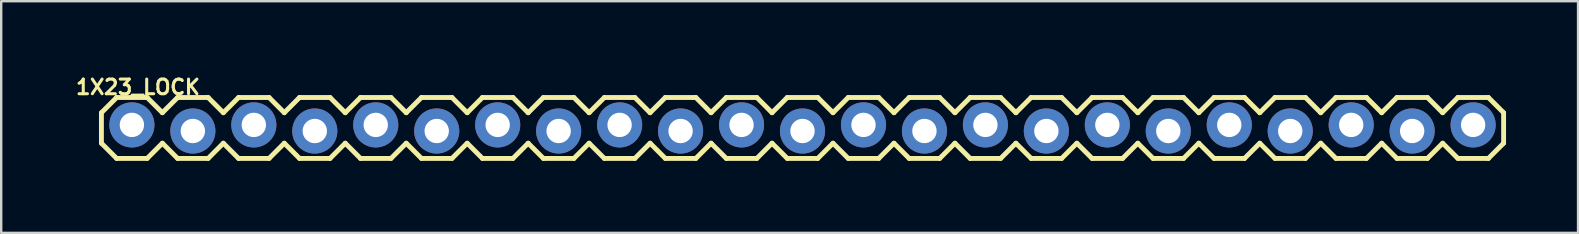
<source format=kicad_pcb>
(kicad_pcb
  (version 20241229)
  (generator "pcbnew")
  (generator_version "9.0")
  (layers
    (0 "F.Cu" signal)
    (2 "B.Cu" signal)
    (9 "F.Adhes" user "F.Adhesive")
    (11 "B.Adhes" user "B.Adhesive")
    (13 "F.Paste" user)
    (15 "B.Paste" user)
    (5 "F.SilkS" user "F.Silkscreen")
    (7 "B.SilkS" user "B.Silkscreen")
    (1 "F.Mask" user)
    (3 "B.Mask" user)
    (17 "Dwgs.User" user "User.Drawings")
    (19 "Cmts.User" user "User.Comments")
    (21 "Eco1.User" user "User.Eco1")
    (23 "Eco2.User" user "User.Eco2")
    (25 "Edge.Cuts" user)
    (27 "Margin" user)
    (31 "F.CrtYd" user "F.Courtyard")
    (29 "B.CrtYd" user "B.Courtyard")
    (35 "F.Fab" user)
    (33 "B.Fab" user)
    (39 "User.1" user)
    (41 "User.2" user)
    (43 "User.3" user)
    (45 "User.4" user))
  (footprint "1X23_LOCK"
    (layer "F.Cu")
    (at 29.115 2.281)
    (property "Reference" "1X23_LOCK" (at -26.416 -1.702 0) (layer "F.SilkS") (effects (font (size 0.61 0.61) (thickness 0.127))))
    (attr exclude_from_pos_files exclude_from_bom)
    (fp_line (start -27.94 -0.635) (end -27.94 0.635) (stroke (width 0.203) (type solid)) (layer "F.SilkS"))
    (fp_line (start -27.94 -0.635) (end -27.305 -1.27) (stroke (width 0.203) (type solid)) (layer "F.SilkS"))
    (fp_line (start -27.305 -1.27) (end -26.035 -1.27) (stroke (width 0.203) (type solid)) (layer "F.SilkS"))
    (fp_line (start -27.305 1.27) (end -27.94 0.635) (stroke (width 0.203) (type solid)) (layer "F.SilkS"))
    (fp_line (start -26.035 -1.27) (end -25.4 -0.635) (stroke (width 0.203) (type solid)) (layer "F.SilkS"))
    (fp_line (start -26.035 1.27) (end -27.305 1.27) (stroke (width 0.203) (type solid)) (layer "F.SilkS"))
    (fp_line (start -25.4 -0.635) (end -24.765 -1.27) (stroke (width 0.203) (type solid)) (layer "F.SilkS"))
    (fp_line (start -25.4 0.635) (end -26.035 1.27) (stroke (width 0.203) (type solid)) (layer "F.SilkS"))
    (fp_line (start -24.765 -1.27) (end -23.495 -1.27) (stroke (width 0.203) (type solid)) (layer "F.SilkS"))
    (fp_line (start -24.765 1.27) (end -25.4 0.635) (stroke (width 0.203) (type solid)) (layer "F.SilkS"))
    (fp_line (start -23.495 -1.27) (end -22.86 -0.635) (stroke (width 0.203) (type solid)) (layer "F.SilkS"))
    (fp_line (start -23.495 1.27) (end -24.765 1.27) (stroke (width 0.203) (type solid)) (layer "F.SilkS"))
    (fp_line (start -22.86 0.635) (end -23.495 1.27) (stroke (width 0.203) (type solid)) (layer "F.SilkS"))
    (fp_line (start -22.86 0.635) (end -22.225 1.27) (stroke (width 0.203) (type solid)) (layer "F.SilkS"))
    (fp_line (start -22.225 -1.27) (end -22.86 -0.635) (stroke (width 0.203) (type solid)) (layer "F.SilkS"))
    (fp_line (start -22.225 -1.27) (end -20.955 -1.27) (stroke (width 0.203) (type solid)) (layer "F.SilkS"))
    (fp_line (start -20.955 -1.27) (end -20.32 -0.635) (stroke (width 0.203) (type solid)) (layer "F.SilkS"))
    (fp_line (start -20.955 1.27) (end -22.225 1.27) (stroke (width 0.203) (type solid)) (layer "F.SilkS"))
    (fp_line (start -20.32 -0.635) (end -19.685 -1.27) (stroke (width 0.203) (type solid)) (layer "F.SilkS"))
    (fp_line (start -20.32 0.635) (end -20.955 1.27) (stroke (width 0.203) (type solid)) (layer "F.SilkS"))
    (fp_line (start -19.685 -1.27) (end -18.415 -1.27) (stroke (width 0.203) (type solid)) (layer "F.SilkS"))
    (fp_line (start -19.685 1.27) (end -20.32 0.635) (stroke (width 0.203) (type solid)) (layer "F.SilkS"))
    (fp_line (start -18.415 -1.27) (end -17.78 -0.635) (stroke (width 0.203) (type solid)) (layer "F.SilkS"))
    (fp_line (start -18.415 1.27) (end -19.685 1.27) (stroke (width 0.203) (type solid)) (layer "F.SilkS"))
    (fp_line (start -17.78 -0.635) (end -17.145 -1.27) (stroke (width 0.203) (type solid)) (layer "F.SilkS"))
    (fp_line (start -17.78 0.635) (end -18.415 1.27) (stroke (width 0.203) (type solid)) (layer "F.SilkS"))
    (fp_line (start -17.145 -1.27) (end -15.875 -1.27) (stroke (width 0.203) (type solid)) (layer "F.SilkS"))
    (fp_line (start -17.145 1.27) (end -17.78 0.635) (stroke (width 0.203) (type solid)) (layer "F.SilkS"))
    (fp_line (start -15.875 -1.27) (end -15.24 -0.635) (stroke (width 0.203) (type solid)) (layer "F.SilkS"))
    (fp_line (start -15.875 1.27) (end -17.145 1.27) (stroke (width 0.203) (type solid)) (layer "F.SilkS"))
    (fp_line (start -15.24 0.635) (end -15.875 1.27) (stroke (width 0.203) (type solid)) (layer "F.SilkS"))
    (fp_line (start -15.24 0.635) (end -14.605 1.27) (stroke (width 0.203) (type solid)) (layer "F.SilkS"))
    (fp_line (start -14.605 -1.27) (end -15.24 -0.635) (stroke (width 0.203) (type solid)) (layer "F.SilkS"))
    (fp_line (start -14.605 -1.27) (end -13.335 -1.27) (stroke (width 0.203) (type solid)) (layer "F.SilkS"))
    (fp_line (start -13.335 -1.27) (end -12.7 -0.635) (stroke (width 0.203) (type solid)) (layer "F.SilkS"))
    (fp_line (start -13.335 1.27) (end -14.605 1.27) (stroke (width 0.203) (type solid)) (layer "F.SilkS"))
    (fp_line (start -12.7 0.635) (end -13.335 1.27) (stroke (width 0.203) (type solid)) (layer "F.SilkS"))
    (fp_line (start -12.7 0.635) (end -12.065 1.27) (stroke (width 0.203) (type solid)) (layer "F.SilkS"))
    (fp_line (start -12.065 -1.27) (end -12.7 -0.635) (stroke (width 0.203) (type solid)) (layer "F.SilkS"))
    (fp_line (start -12.065 -1.27) (end -10.795 -1.27) (stroke (width 0.203) (type solid)) (layer "F.SilkS"))
    (fp_line (start -10.795 -1.27) (end -10.16 -0.635) (stroke (width 0.203) (type solid)) (layer "F.SilkS"))
    (fp_line (start -10.795 1.27) (end -12.065 1.27) (stroke (width 0.203) (type solid)) (layer "F.SilkS"))
    (fp_line (start -10.16 -0.635) (end -9.525 -1.27) (stroke (width 0.203) (type solid)) (layer "F.SilkS"))
    (fp_line (start -10.16 0.635) (end -10.795 1.27) (stroke (width 0.203) (type solid)) (layer "F.SilkS"))
    (fp_line (start -9.525 -1.27) (end -8.255 -1.27) (stroke (width 0.203) (type solid)) (layer "F.SilkS"))
    (fp_line (start -9.525 1.27) (end -10.16 0.635) (stroke (width 0.203) (type solid)) (layer "F.SilkS"))
    (fp_line (start -8.255 -1.27) (end -7.62 -0.635) (stroke (width 0.203) (type solid)) (layer "F.SilkS"))
    (fp_line (start -8.255 1.27) (end -9.525 1.27) (stroke (width 0.203) (type solid)) (layer "F.SilkS"))
    (fp_line (start -7.62 -0.635) (end -6.985 -1.27) (stroke (width 0.203) (type solid)) (layer "F.SilkS"))
    (fp_line (start -7.62 0.635) (end -8.255 1.27) (stroke (width 0.203) (type solid)) (layer "F.SilkS"))
    (fp_line (start -6.985 -1.27) (end -5.715 -1.27) (stroke (width 0.203) (type solid)) (layer "F.SilkS"))
    (fp_line (start -6.985 1.27) (end -7.62 0.635) (stroke (width 0.203) (type solid)) (layer "F.SilkS"))
    (fp_line (start -5.715 -1.27) (end -5.08 -0.635) (stroke (width 0.203) (type solid)) (layer "F.SilkS"))
    (fp_line (start -5.715 1.27) (end -6.985 1.27) (stroke (width 0.203) (type solid)) (layer "F.SilkS"))
    (fp_line (start -5.08 0.635) (end -5.715 1.27) (stroke (width 0.203) (type solid)) (layer "F.SilkS"))
    (fp_line (start -5.08 0.635) (end -4.445 1.27) (stroke (width 0.203) (type solid)) (layer "F.SilkS"))
    (fp_line (start -4.445 -1.27) (end -5.08 -0.635) (stroke (width 0.203) (type solid)) (layer "F.SilkS"))
    (fp_line (start -4.445 -1.27) (end -3.175 -1.27) (stroke (width 0.203) (type solid)) (layer "F.SilkS"))
    (fp_line (start -3.175 -1.27) (end -2.54 -0.635) (stroke (width 0.203) (type solid)) (layer "F.SilkS"))
    (fp_line (start -3.175 1.27) (end -4.445 1.27) (stroke (width 0.203) (type solid)) (layer "F.SilkS"))
    (fp_line (start -2.54 -0.635) (end -1.905 -1.27) (stroke (width 0.203) (type solid)) (layer "F.SilkS"))
    (fp_line (start -2.54 0.635) (end -3.175 1.27) (stroke (width 0.203) (type solid)) (layer "F.SilkS"))
    (fp_line (start -1.905 -1.27) (end -0.635 -1.27) (stroke (width 0.203) (type solid)) (layer "F.SilkS"))
    (fp_line (start -1.905 1.27) (end -2.54 0.635) (stroke (width 0.203) (type solid)) (layer "F.SilkS"))
    (fp_line (start -0.635 -1.27) (end 0 -0.635) (stroke (width 0.203) (type solid)) (layer "F.SilkS"))
    (fp_line (start -0.635 1.27) (end -1.905 1.27) (stroke (width 0.203) (type solid)) (layer "F.SilkS"))
    (fp_line (start 0 -0.635) (end 0.635 -1.27) (stroke (width 0.203) (type solid)) (layer "F.SilkS"))
    (fp_line (start 0 0.635) (end -0.635 1.27) (stroke (width 0.203) (type solid)) (layer "F.SilkS"))
    (fp_line (start 0.635 -1.27) (end 1.905 -1.27) (stroke (width 0.203) (type solid)) (layer "F.SilkS"))
    (fp_line (start 0.635 1.27) (end 0 0.635) (stroke (width 0.203) (type solid)) (layer "F.SilkS"))
    (fp_line (start 1.905 -1.27) (end 2.54 -0.635) (stroke (width 0.203) (type solid)) (layer "F.SilkS"))
    (fp_line (start 1.905 1.27) (end 0.635 1.27) (stroke (width 0.203) (type solid)) (layer "F.SilkS"))
    (fp_line (start 2.54 0.635) (end 1.905 1.27) (stroke (width 0.203) (type solid)) (layer "F.SilkS"))
    (fp_line (start 2.54 0.635) (end 3.175 1.27) (stroke (width 0.203) (type solid)) (layer "F.SilkS"))
    (fp_line (start 3.175 -1.27) (end 2.54 -0.635) (stroke (width 0.203) (type solid)) (layer "F.SilkS"))
    (fp_line (start 3.175 -1.27) (end 4.445 -1.27) (stroke (width 0.203) (type solid)) (layer "F.SilkS"))
    (fp_line (start 4.445 -1.27) (end 5.08 -0.635) (stroke (width 0.203) (type solid)) (layer "F.SilkS"))
    (fp_line (start 4.445 1.27) (end 3.175 1.27) (stroke (width 0.203) (type solid)) (layer "F.SilkS"))
    (fp_line (start 5.08 0.635) (end 4.445 1.27) (stroke (width 0.203) (type solid)) (layer "F.SilkS"))
    (fp_line (start 5.08 0.635) (end 5.715 1.27) (stroke (width 0.203) (type solid)) (layer "F.SilkS"))
    (fp_line (start 5.715 -1.27) (end 5.08 -0.635) (stroke (width 0.203) (type solid)) (layer "F.SilkS"))
    (fp_line (start 5.715 -1.27) (end 6.985 -1.27) (stroke (width 0.203) (type solid)) (layer "F.SilkS"))
    (fp_line (start 6.985 -1.27) (end 7.62 -0.635) (stroke (width 0.203) (type solid)) (layer "F.SilkS"))
    (fp_line (start 6.985 1.27) (end 5.715 1.27) (stroke (width 0.203) (type solid)) (layer "F.SilkS"))
    (fp_line (start 7.62 0.635) (end 6.985 1.27) (stroke (width 0.203) (type solid)) (layer "F.SilkS"))
    (fp_line (start 7.62 0.635) (end 8.255 1.27) (stroke (width 0.203) (type solid)) (layer "F.SilkS"))
    (fp_line (start 8.255 -1.27) (end 7.62 -0.635) (stroke (width 0.203) (type solid)) (layer "F.SilkS"))
    (fp_line (start 8.255 -1.27) (end 9.525 -1.27) (stroke (width 0.203) (type solid)) (layer "F.SilkS"))
    (fp_line (start 9.525 -1.27) (end 10.16 -0.635) (stroke (width 0.203) (type solid)) (layer "F.SilkS"))
    (fp_line (start 9.525 1.27) (end 8.255 1.27) (stroke (width 0.203) (type solid)) (layer "F.SilkS"))
    (fp_line (start 10.16 0.635) (end 9.525 1.27) (stroke (width 0.203) (type solid)) (layer "F.SilkS"))
    (fp_line (start 10.16 0.635) (end 10.795 1.27) (stroke (width 0.203) (type solid)) (layer "F.SilkS"))
    (fp_line (start 10.795 -1.27) (end 10.16 -0.635) (stroke (width 0.203) (type solid)) (layer "F.SilkS"))
    (fp_line (start 10.795 -1.27) (end 12.065 -1.27) (stroke (width 0.203) (type solid)) (layer "F.SilkS"))
    (fp_line (start 12.065 -1.27) (end 12.7 -0.635) (stroke (width 0.203) (type solid)) (layer "F.SilkS"))
    (fp_line (start 12.065 1.27) (end 10.795 1.27) (stroke (width 0.203) (type solid)) (layer "F.SilkS"))
    (fp_line (start 12.7 0.635) (end 12.065 1.27) (stroke (width 0.203) (type solid)) (layer "F.SilkS"))
    (fp_line (start 12.7 0.635) (end 13.335 1.27) (stroke (width 0.203) (type solid)) (layer "F.SilkS"))
    (fp_line (start 13.335 -1.27) (end 12.7 -0.635) (stroke (width 0.203) (type solid)) (layer "F.SilkS"))
    (fp_line (start 13.335 -1.27) (end 14.605 -1.27) (stroke (width 0.203) (type solid)) (layer "F.SilkS"))
    (fp_line (start 14.605 -1.27) (end 15.24 -0.635) (stroke (width 0.203) (type solid)) (layer "F.SilkS"))
    (fp_line (start 14.605 1.27) (end 13.335 1.27) (stroke (width 0.203) (type solid)) (layer "F.SilkS"))
    (fp_line (start 15.24 0.635) (end 14.605 1.27) (stroke (width 0.203) (type solid)) (layer "F.SilkS"))
    (fp_line (start 15.24 0.635) (end 15.875 1.27) (stroke (width 0.203) (type solid)) (layer "F.SilkS"))
    (fp_line (start 15.875 -1.27) (end 15.24 -0.635) (stroke (width 0.203) (type solid)) (layer "F.SilkS"))
    (fp_line (start 15.875 -1.27) (end 17.145 -1.27) (stroke (width 0.203) (type solid)) (layer "F.SilkS"))
    (fp_line (start 17.145 -1.27) (end 17.78 -0.635) (stroke (width 0.203) (type solid)) (layer "F.SilkS"))
    (fp_line (start 17.145 1.27) (end 15.875 1.27) (stroke (width 0.203) (type solid)) (layer "F.SilkS"))
    (fp_line (start 17.78 0.635) (end 17.145 1.27) (stroke (width 0.203) (type solid)) (layer "F.SilkS"))
    (fp_line (start 17.78 0.635) (end 18.415 1.27) (stroke (width 0.203) (type solid)) (layer "F.SilkS"))
    (fp_line (start 18.415 -1.27) (end 17.78 -0.635) (stroke (width 0.203) (type solid)) (layer "F.SilkS"))
    (fp_line (start 18.415 -1.27) (end 19.685 -1.27) (stroke (width 0.203) (type solid)) (layer "F.SilkS"))
    (fp_line (start 19.685 -1.27) (end 20.32 -0.635) (stroke (width 0.203) (type solid)) (layer "F.SilkS"))
    (fp_line (start 19.685 1.27) (end 18.415 1.27) (stroke (width 0.203) (type solid)) (layer "F.SilkS"))
    (fp_line (start 20.32 0.635) (end 19.685 1.27) (stroke (width 0.203) (type solid)) (layer "F.SilkS"))
    (fp_line (start 20.32 0.635) (end 20.955 1.27) (stroke (width 0.203) (type solid)) (layer "F.SilkS"))
    (fp_line (start 20.955 -1.27) (end 20.32 -0.635) (stroke (width 0.203) (type solid)) (layer "F.SilkS"))
    (fp_line (start 20.955 -1.27) (end 22.225 -1.27) (stroke (width 0.203) (type solid)) (layer "F.SilkS"))
    (fp_line (start 22.225 -1.27) (end 22.86 -0.635) (stroke (width 0.203) (type solid)) (layer "F.SilkS"))
    (fp_line (start 22.225 1.27) (end 20.955 1.27) (stroke (width 0.203) (type solid)) (layer "F.SilkS"))
    (fp_line (start 22.86 0.635) (end 22.225 1.27) (stroke (width 0.203) (type solid)) (layer "F.SilkS"))
    (fp_line (start 22.86 0.635) (end 23.495 1.27) (stroke (width 0.203) (type solid)) (layer "F.SilkS"))
    (fp_line (start 23.495 -1.27) (end 22.86 -0.635) (stroke (width 0.203) (type solid)) (layer "F.SilkS"))
    (fp_line (start 23.495 -1.27) (end 24.765 -1.27) (stroke (width 0.203) (type solid)) (layer "F.SilkS"))
    (fp_line (start 24.765 -1.27) (end 25.4 -0.635) (stroke (width 0.203) (type solid)) (layer "F.SilkS"))
    (fp_line (start 24.765 1.27) (end 23.495 1.27) (stroke (width 0.203) (type solid)) (layer "F.SilkS"))
    (fp_line (start 25.4 0.635) (end 24.765 1.27) (stroke (width 0.203) (type solid)) (layer "F.SilkS"))
    (fp_line (start 25.4 0.635) (end 26.035 1.27) (stroke (width 0.203) (type solid)) (layer "F.SilkS"))
    (fp_line (start 26.035 -1.27) (end 25.4 -0.635) (stroke (width 0.203) (type solid)) (layer "F.SilkS"))
    (fp_line (start 26.035 -1.27) (end 27.305 -1.27) (stroke (width 0.203) (type solid)) (layer "F.SilkS"))
    (fp_line (start 27.305 -1.27) (end 27.94 -0.635) (stroke (width 0.203) (type solid)) (layer "F.SilkS"))
    (fp_line (start 27.305 1.27) (end 26.035 1.27) (stroke (width 0.203) (type solid)) (layer "F.SilkS"))
    (fp_line (start 27.94 0.635) (end 27.305 1.27) (stroke (width 0.203) (type solid)) (layer "F.SilkS"))
    (fp_line (start 27.94 0.635) (end 28.575 1.27) (stroke (width 0.203) (type solid)) (layer "F.SilkS"))
    (fp_line (start 28.575 -1.27) (end 27.94 -0.635) (stroke (width 0.203) (type solid)) (layer "F.SilkS"))
    (fp_line (start 28.575 -1.27) (end 29.845 -1.27) (stroke (width 0.203) (type solid)) (layer "F.SilkS"))
    (fp_line (start 29.845 -1.27) (end 30.48 -0.635) (stroke (width 0.203) (type solid)) (layer "F.SilkS"))
    (fp_line (start 29.845 1.27) (end 28.575 1.27) (stroke (width 0.203) (type solid)) (layer "F.SilkS"))
    (fp_line (start 30.48 -0.635) (end 30.48 0.635) (stroke (width 0.203) (type solid)) (layer "F.SilkS"))
    (fp_line (start 30.48 0.635) (end 29.845 1.27) (stroke (width 0.203) (type solid)) (layer "F.SilkS"))
    (fp_line (start -26.924 -0.254) (end -26.416 -0.254) (stroke (width 0.066) (type solid)) (layer "Dwgs.User"))
    (fp_line (start -26.924 0.254) (end -26.924 -0.254) (stroke (width 0.066) (type solid)) (layer "Dwgs.User"))
    (fp_line (start -26.924 0.254) (end -26.416 0.254) (stroke (width 0.066) (type solid)) (layer "Dwgs.User"))
    (fp_line (start -26.416 0.254) (end -26.416 -0.254) (stroke (width 0.066) (type solid)) (layer "Dwgs.User"))
    (fp_line (start -24.384 -0.254) (end -23.876 -0.254) (stroke (width 0.066) (type solid)) (layer "Dwgs.User"))
    (fp_line (start -24.384 0.254) (end -24.384 -0.254) (stroke (width 0.066) (type solid)) (layer "Dwgs.User"))
    (fp_line (start -24.384 0.254) (end -23.876 0.254) (stroke (width 0.066) (type solid)) (layer "Dwgs.User"))
    (fp_line (start -23.876 0.254) (end -23.876 -0.254) (stroke (width 0.066) (type solid)) (layer "Dwgs.User"))
    (fp_line (start -21.844 -0.254) (end -21.336 -0.254) (stroke (width 0.066) (type solid)) (layer "Dwgs.User"))
    (fp_line (start -21.844 0.254) (end -21.844 -0.254) (stroke (width 0.066) (type solid)) (layer "Dwgs.User"))
    (fp_line (start -21.844 0.254) (end -21.336 0.254) (stroke (width 0.066) (type solid)) (layer "Dwgs.User"))
    (fp_line (start -21.336 0.254) (end -21.336 -0.254) (stroke (width 0.066) (type solid)) (layer "Dwgs.User"))
    (fp_line (start -19.304 -0.254) (end -18.796 -0.254) (stroke (width 0.066) (type solid)) (layer "Dwgs.User"))
    (fp_line (start -19.304 0.254) (end -19.304 -0.254) (stroke (width 0.066) (type solid)) (layer "Dwgs.User"))
    (fp_line (start -19.304 0.254) (end -18.796 0.254) (stroke (width 0.066) (type solid)) (layer "Dwgs.User"))
    (fp_line (start -18.796 0.254) (end -18.796 -0.254) (stroke (width 0.066) (type solid)) (layer "Dwgs.User"))
    (fp_line (start -16.764 -0.254) (end -16.256 -0.254) (stroke (width 0.066) (type solid)) (layer "Dwgs.User"))
    (fp_line (start -16.764 0.254) (end -16.764 -0.254) (stroke (width 0.066) (type solid)) (layer "Dwgs.User"))
    (fp_line (start -16.764 0.254) (end -16.256 0.254) (stroke (width 0.066) (type solid)) (layer "Dwgs.User"))
    (fp_line (start -16.256 0.254) (end -16.256 -0.254) (stroke (width 0.066) (type solid)) (layer "Dwgs.User"))
    (fp_line (start -14.224 -0.254) (end -13.716 -0.254) (stroke (width 0.066) (type solid)) (layer "Dwgs.User"))
    (fp_line (start -14.224 0.254) (end -14.224 -0.254) (stroke (width 0.066) (type solid)) (layer "Dwgs.User"))
    (fp_line (start -14.224 0.254) (end -13.716 0.254) (stroke (width 0.066) (type solid)) (layer "Dwgs.User"))
    (fp_line (start -13.716 0.254) (end -13.716 -0.254) (stroke (width 0.066) (type solid)) (layer "Dwgs.User"))
    (fp_line (start -11.684 -0.254) (end -11.176 -0.254) (stroke (width 0.066) (type solid)) (layer "Dwgs.User"))
    (fp_line (start -11.684 0.254) (end -11.684 -0.254) (stroke (width 0.066) (type solid)) (layer "Dwgs.User"))
    (fp_line (start -11.684 0.254) (end -11.176 0.254) (stroke (width 0.066) (type solid)) (layer "Dwgs.User"))
    (fp_line (start -11.176 0.254) (end -11.176 -0.254) (stroke (width 0.066) (type solid)) (layer "Dwgs.User"))
    (fp_line (start -9.144 -0.254) (end -8.636 -0.254) (stroke (width 0.066) (type solid)) (layer "Dwgs.User"))
    (fp_line (start -9.144 0.254) (end -9.144 -0.254) (stroke (width 0.066) (type solid)) (layer "Dwgs.User"))
    (fp_line (start -9.144 0.254) (end -8.636 0.254) (stroke (width 0.066) (type solid)) (layer "Dwgs.User"))
    (fp_line (start -8.636 0.254) (end -8.636 -0.254) (stroke (width 0.066) (type solid)) (layer "Dwgs.User"))
    (fp_line (start -6.604 -0.254) (end -6.096 -0.254) (stroke (width 0.066) (type solid)) (layer "Dwgs.User"))
    (fp_line (start -6.604 0.254) (end -6.604 -0.254) (stroke (width 0.066) (type solid)) (layer "Dwgs.User"))
    (fp_line (start -6.604 0.254) (end -6.096 0.254) (stroke (width 0.066) (type solid)) (layer "Dwgs.User"))
    (fp_line (start -6.096 0.254) (end -6.096 -0.254) (stroke (width 0.066) (type solid)) (layer "Dwgs.User"))
    (fp_line (start -4.064 -0.254) (end -3.556 -0.254) (stroke (width 0.066) (type solid)) (layer "Dwgs.User"))
    (fp_line (start -4.064 0.254) (end -4.064 -0.254) (stroke (width 0.066) (type solid)) (layer "Dwgs.User"))
    (fp_line (start -4.064 0.254) (end -3.556 0.254) (stroke (width 0.066) (type solid)) (layer "Dwgs.User"))
    (fp_line (start -3.556 0.254) (end -3.556 -0.254) (stroke (width 0.066) (type solid)) (layer "Dwgs.User"))
    (fp_line (start -1.524 -0.254) (end -1.016 -0.254) (stroke (width 0.066) (type solid)) (layer "Dwgs.User"))
    (fp_line (start -1.524 0.254) (end -1.524 -0.254) (stroke (width 0.066) (type solid)) (layer "Dwgs.User"))
    (fp_line (start -1.524 0.254) (end -1.016 0.254) (stroke (width 0.066) (type solid)) (layer "Dwgs.User"))
    (fp_line (start -1.016 0.254) (end -1.016 -0.254) (stroke (width 0.066) (type solid)) (layer "Dwgs.User"))
    (fp_line (start 1.016 -0.254) (end 1.524 -0.254) (stroke (width 0.066) (type solid)) (layer "Dwgs.User"))
    (fp_line (start 1.016 0.254) (end 1.016 -0.254) (stroke (width 0.066) (type solid)) (layer "Dwgs.User"))
    (fp_line (start 1.016 0.254) (end 1.524 0.254) (stroke (width 0.066) (type solid)) (layer "Dwgs.User"))
    (fp_line (start 1.524 0.254) (end 1.524 -0.254) (stroke (width 0.066) (type solid)) (layer "Dwgs.User"))
    (fp_line (start 3.556 -0.254) (end 4.064 -0.254) (stroke (width 0.066) (type solid)) (layer "Dwgs.User"))
    (fp_line (start 3.556 0.254) (end 3.556 -0.254) (stroke (width 0.066) (type solid)) (layer "Dwgs.User"))
    (fp_line (start 3.556 0.254) (end 4.064 0.254) (stroke (width 0.066) (type solid)) (layer "Dwgs.User"))
    (fp_line (start 4.064 0.254) (end 4.064 -0.254) (stroke (width 0.066) (type solid)) (layer "Dwgs.User"))
    (fp_line (start 6.096 -0.254) (end 6.604 -0.254) (stroke (width 0.066) (type solid)) (layer "Dwgs.User"))
    (fp_line (start 6.096 0.254) (end 6.096 -0.254) (stroke (width 0.066) (type solid)) (layer "Dwgs.User"))
    (fp_line (start 6.096 0.254) (end 6.604 0.254) (stroke (width 0.066) (type solid)) (layer "Dwgs.User"))
    (fp_line (start 6.604 0.254) (end 6.604 -0.254) (stroke (width 0.066) (type solid)) (layer "Dwgs.User"))
    (fp_line (start 8.636 -0.254) (end 9.144 -0.254) (stroke (width 0.066) (type solid)) (layer "Dwgs.User"))
    (fp_line (start 8.636 0.254) (end 8.636 -0.254) (stroke (width 0.066) (type solid)) (layer "Dwgs.User"))
    (fp_line (start 8.636 0.254) (end 9.144 0.254) (stroke (width 0.066) (type solid)) (layer "Dwgs.User"))
    (fp_line (start 9.144 0.254) (end 9.144 -0.254) (stroke (width 0.066) (type solid)) (layer "Dwgs.User"))
    (fp_line (start 11.176 -0.254) (end 11.684 -0.254) (stroke (width 0.066) (type solid)) (layer "Dwgs.User"))
    (fp_line (start 11.176 0.254) (end 11.176 -0.254) (stroke (width 0.066) (type solid)) (layer "Dwgs.User"))
    (fp_line (start 11.176 0.254) (end 11.684 0.254) (stroke (width 0.066) (type solid)) (layer "Dwgs.User"))
    (fp_line (start 11.684 0.254) (end 11.684 -0.254) (stroke (width 0.066) (type solid)) (layer "Dwgs.User"))
    (fp_line (start 13.716 -0.254) (end 14.224 -0.254) (stroke (width 0.066) (type solid)) (layer "Dwgs.User"))
    (fp_line (start 13.716 0.254) (end 13.716 -0.254) (stroke (width 0.066) (type solid)) (layer "Dwgs.User"))
    (fp_line (start 13.716 0.254) (end 14.224 0.254) (stroke (width 0.066) (type solid)) (layer "Dwgs.User"))
    (fp_line (start 14.224 0.254) (end 14.224 -0.254) (stroke (width 0.066) (type solid)) (layer "Dwgs.User"))
    (fp_line (start 16.256 -0.254) (end 16.764 -0.254) (stroke (width 0.066) (type solid)) (layer "Dwgs.User"))
    (fp_line (start 16.256 0.254) (end 16.256 -0.254) (stroke (width 0.066) (type solid)) (layer "Dwgs.User"))
    (fp_line (start 16.256 0.254) (end 16.764 0.254) (stroke (width 0.066) (type solid)) (layer "Dwgs.User"))
    (fp_line (start 16.764 0.254) (end 16.764 -0.254) (stroke (width 0.066) (type solid)) (layer "Dwgs.User"))
    (fp_line (start 18.796 -0.254) (end 19.304 -0.254) (stroke (width 0.066) (type solid)) (layer "Dwgs.User"))
    (fp_line (start 18.796 0.254) (end 18.796 -0.254) (stroke (width 0.066) (type solid)) (layer "Dwgs.User"))
    (fp_line (start 18.796 0.254) (end 19.304 0.254) (stroke (width 0.066) (type solid)) (layer "Dwgs.User"))
    (fp_line (start 19.304 0.254) (end 19.304 -0.254) (stroke (width 0.066) (type solid)) (layer "Dwgs.User"))
    (fp_line (start 21.336 -0.254) (end 21.844 -0.254) (stroke (width 0.066) (type solid)) (layer "Dwgs.User"))
    (fp_line (start 21.336 0.254) (end 21.336 -0.254) (stroke (width 0.066) (type solid)) (layer "Dwgs.User"))
    (fp_line (start 21.336 0.254) (end 21.844 0.254) (stroke (width 0.066) (type solid)) (layer "Dwgs.User"))
    (fp_line (start 21.844 0.254) (end 21.844 -0.254) (stroke (width 0.066) (type solid)) (layer "Dwgs.User"))
    (fp_line (start 23.876 -0.254) (end 24.384 -0.254) (stroke (width 0.066) (type solid)) (layer "Dwgs.User"))
    (fp_line (start 23.876 0.254) (end 23.876 -0.254) (stroke (width 0.066) (type solid)) (layer "Dwgs.User"))
    (fp_line (start 23.876 0.254) (end 24.384 0.254) (stroke (width 0.066) (type solid)) (layer "Dwgs.User"))
    (fp_line (start 24.384 0.254) (end 24.384 -0.254) (stroke (width 0.066) (type solid)) (layer "Dwgs.User"))
    (fp_line (start 26.416 -0.254) (end 26.924 -0.254) (stroke (width 0.066) (type solid)) (layer "Dwgs.User"))
    (fp_line (start 26.416 0.254) (end 26.416 -0.254) (stroke (width 0.066) (type solid)) (layer "Dwgs.User"))
    (fp_line (start 26.416 0.254) (end 26.924 0.254) (stroke (width 0.066) (type solid)) (layer "Dwgs.User"))
    (fp_line (start 26.924 0.254) (end 26.924 -0.254) (stroke (width 0.066) (type solid)) (layer "Dwgs.User"))
    (fp_line (start 28.953 -0.254) (end 29.464 -0.254) (stroke (width 0.066) (type solid)) (layer "Dwgs.User"))
    (fp_line (start 28.953 0.254) (end 28.953 -0.254) (stroke (width 0.066) (type solid)) (layer "Dwgs.User"))
    (fp_line (start 28.953 0.254) (end 29.464 0.254) (stroke (width 0.066) (type solid)) (layer "Dwgs.User"))
    (fp_line (start 29.464 0.254) (end 29.464 -0.254) (stroke (width 0.066) (type solid)) (layer "Dwgs.User"))
    (pad "2" thru_hole circle (at -26.67 -0.127) (size 1.88 1.88) (drill 1.016) (layers "*.Cu" "*.Paste" "*.Mask"))
    (pad "3" thru_hole circle (at -24.13 0.127) (size 1.88 1.88) (drill 1.016) (layers "*.Cu" "*.Paste" "*.Mask"))
    (pad "4" thru_hole circle (at -21.59 -0.127) (size 1.88 1.88) (drill 1.016) (layers "*.Cu" "*.Paste" "*.Mask"))
    (pad "5" thru_hole circle (at -19.05 0.127) (size 1.88 1.88) (drill 1.016) (layers "*.Cu" "*.Paste" "*.Mask"))
    (pad "6" thru_hole circle (at -16.51 -0.127) (size 1.88 1.88) (drill 1.016) (layers "*.Cu" "*.Paste" "*.Mask"))
    (pad "7" thru_hole circle (at -13.97 0.127) (size 1.88 1.88) (drill 1.016) (layers "*.Cu" "*.Paste" "*.Mask"))
    (pad "8" thru_hole circle (at -11.43 -0.127) (size 1.88 1.88) (drill 1.016) (layers "*.Cu" "*.Paste" "*.Mask"))
    (pad "9" thru_hole circle (at -8.89 0.127) (size 1.88 1.88) (drill 1.016) (layers "*.Cu" "*.Paste" "*.Mask"))
    (pad "10" thru_hole circle (at -6.35 -0.127) (size 1.88 1.88) (drill 1.016) (layers "*.Cu" "*.Paste" "*.Mask"))
    (pad "11" thru_hole circle (at -3.81 0.127) (size 1.88 1.88) (drill 1.016) (layers "*.Cu" "*.Paste" "*.Mask"))
    (pad "12" thru_hole circle (at -1.27 -0.127) (size 1.88 1.88) (drill 1.016) (layers "*.Cu" "*.Paste" "*.Mask"))
    (pad "13" thru_hole circle (at 1.27 0.127) (size 1.88 1.88) (drill 1.016) (layers "*.Cu" "*.Paste" "*.Mask"))
    (pad "14" thru_hole circle (at 3.81 -0.127) (size 1.88 1.88) (drill 1.016) (layers "*.Cu" "*.Paste" "*.Mask"))
    (pad "15" thru_hole circle (at 6.35 0.127) (size 1.88 1.88) (drill 1.016) (layers "*.Cu" "*.Paste" "*.Mask"))
    (pad "16" thru_hole circle (at 8.89 -0.127) (size 1.88 1.88) (drill 1.016) (layers "*.Cu" "*.Paste" "*.Mask"))
    (pad "17" thru_hole circle (at 11.43 0.127) (size 1.88 1.88) (drill 1.016) (layers "*.Cu" "*.Paste" "*.Mask"))
    (pad "18" thru_hole circle (at 13.97 -0.127) (size 1.88 1.88) (drill 1.016) (layers "*.Cu" "*.Paste" "*.Mask"))
    (pad "19" thru_hole circle (at 16.51 0.127) (size 1.88 1.88) (drill 1.016) (layers "*.Cu" "*.Paste" "*.Mask"))
    (pad "20" thru_hole circle (at 19.05 -0.127) (size 1.88 1.88) (drill 1.016) (layers "*.Cu" "*.Paste" "*.Mask"))
    (pad "21" thru_hole circle (at 21.59 0.127) (size 1.88 1.88) (drill 1.016) (layers "*.Cu" "*.Paste" "*.Mask"))
    (pad "22" thru_hole circle (at 24.13 -0.127) (size 1.88 1.88) (drill 1.016) (layers "*.Cu" "*.Paste" "*.Mask"))
    (pad "23" thru_hole circle (at 26.67 0.127) (size 1.88 1.88) (drill 1.016) (layers "*.Cu" "*.Paste" "*.Mask"))
    (pad "24" thru_hole circle (at 29.21 -0.127) (size 1.88 1.88) (drill 1.016) (layers "*.Cu" "*.Paste" "*.Mask")))
  (gr_rect
    (start -3 -3)
    (end 62.696 6.653)
    (stroke (width 0.1) (type default))
    (fill no)
    (layer "Edge.Cuts")))
</source>
